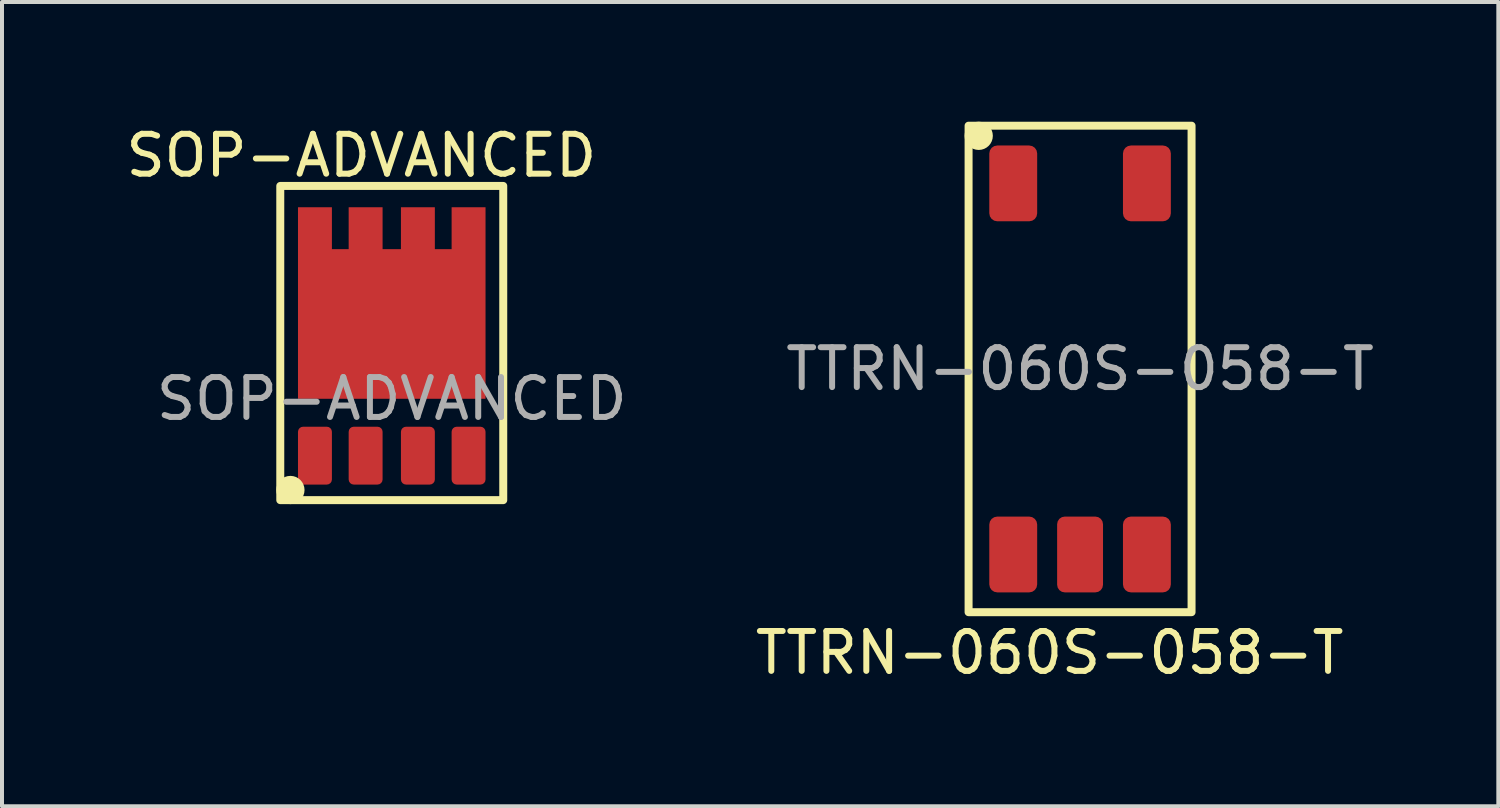
<source format=kicad_pcb>
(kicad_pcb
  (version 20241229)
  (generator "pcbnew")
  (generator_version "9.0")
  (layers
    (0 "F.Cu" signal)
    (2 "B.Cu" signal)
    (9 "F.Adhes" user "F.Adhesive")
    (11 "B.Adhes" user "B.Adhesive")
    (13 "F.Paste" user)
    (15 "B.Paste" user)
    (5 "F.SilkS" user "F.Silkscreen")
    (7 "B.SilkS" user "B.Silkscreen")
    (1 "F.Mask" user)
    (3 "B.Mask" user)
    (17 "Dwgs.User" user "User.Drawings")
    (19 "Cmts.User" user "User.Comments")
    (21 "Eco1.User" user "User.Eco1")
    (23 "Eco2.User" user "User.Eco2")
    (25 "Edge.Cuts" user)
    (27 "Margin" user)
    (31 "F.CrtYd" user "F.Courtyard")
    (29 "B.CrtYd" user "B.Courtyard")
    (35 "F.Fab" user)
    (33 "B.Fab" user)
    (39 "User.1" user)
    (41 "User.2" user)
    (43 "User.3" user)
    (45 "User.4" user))
  (footprint "SOP-ADVANCED"
    (layer "F.Cu")
    (at 6.768 6.944)
    (property "Reference" "SOP-ADVANCED" (at -0.762 -6.096 0) (unlocked yes) (layer "F.SilkS") (effects (font (size 1 1) (thickness 0.15))))
    (attr smd)
    (fp_rect (start -2.794 -5.334) (end 2.794 2.54) (stroke (width 0.2) (type solid)) (fill no) (layer "F.SilkS"))
    (fp_circle (center -2.54 2.286) (end -2.286 2.286) (stroke (width 0.2) (type solid)) (fill yes) (layer "F.SilkS"))
    (fp_text user "${REFERENCE}" (at 0 0 0) (unlocked yes) (layer "F.Fab") (effects (font (size 1 1) (thickness 0.15))))
    (pad "1" smd roundrect (at 1.925 1.425) (size 0.85 1.45) (layers "F.Cu" "F.Mask" "F.Paste") (roundrect_rratio 0.15))
    (pad "2" smd roundrect (at -1.925 1.425) (size 0.85 1.45) (layers "F.Cu" "F.Mask" "F.Paste") (roundrect_rratio 0.15))
    (pad "2" smd roundrect (at -0.655 1.425) (size 0.85 1.45) (layers "F.Cu" "F.Mask" "F.Paste") (roundrect_rratio 0.15))
    (pad "2" smd roundrect (at 0.655 1.425) (size 0.85 1.45) (layers "F.Cu" "F.Mask" "F.Paste") (roundrect_rratio 0.15))
    (pad "3" smd custom (at 0 -1.875) (size 4.7 3.75) (layers "F.Cu" "F.Mask" "F.Paste") (options (anchor rect)) (primitives (gr_poly (pts (xy -2.35 -2.925) (xy -1.5 -2.925) (xy -1.5 -1.875) (xy -2.35 -1.875)) (width 0) (fill yes)) (gr_poly (pts (xy -1.08 -2.925) (xy -0.23 -2.925) (xy -0.23 -1.875) (xy -1.08 -1.875)) (width 0) (fill yes)) (gr_poly (pts (xy 1.5 -2.925) (xy 2.35 -2.925) (xy 2.35 -1.875) (xy 1.5 -1.875)) (width 0) (fill yes)) (gr_poly (pts (xy 0.23 -2.925) (xy 1.08 -2.925) (xy 1.08 -1.875) (xy 0.23 -1.875)) (width 0) (fill yes)))))
  (footprint "TTRN-060S-058-T"
    (layer "F.Cu")
    (at 24.018 6.196)
    (property "Reference" "TTRN-060S-058-T" (at -0.762 7.112 0) (unlocked yes) (layer "F.SilkS") (effects (font (size 1 1) (thickness 0.15))))
    (attr smd)
    (fp_rect (start -2.794 -6.096) (end 2.794 6.096) (stroke (width 0.2) (type solid)) (fill no) (layer "F.SilkS"))
    (fp_circle (center -2.54 -5.842) (end -2.286 -5.842) (stroke (width 0.2) (type solid)) (fill yes) (layer "F.SilkS"))
    (fp_text user "${REFERENCE}" (at 0 0 0) (unlocked yes) (layer "F.Fab") (effects (font (size 1 1) (thickness 0.15))))
    (pad "1" smd roundrect (at -1.675 -4.65) (size 1.2 1.9) (layers "F.Cu" "F.Mask" "F.Paste") (roundrect_rratio 0.167))
    (pad "2" smd roundrect (at 1.675 -4.65) (size 1.2 1.9) (layers "F.Cu" "F.Mask" "F.Paste") (roundrect_rratio 0.167))
    (pad "3" smd roundrect (at -1.675 4.65) (size 1.2 1.9) (layers "F.Cu" "F.Mask" "F.Paste") (roundrect_rratio 0.167))
    (pad "4" smd roundrect (at 1.675 4.65) (size 1.2 1.9) (layers "F.Cu" "F.Mask" "F.Paste") (roundrect_rratio 0.167))
    (pad "5" smd roundrect (at 0 4.65) (size 1.15 1.9) (layers "F.Cu" "F.Mask" "F.Paste") (roundrect_rratio 0.167)))
  (gr_rect
    (start -3 -3)
    (end 34.5 17.156)
    (stroke (width 0.1) (type default))
    (fill no)
    (layer "Edge.Cuts")))
</source>
